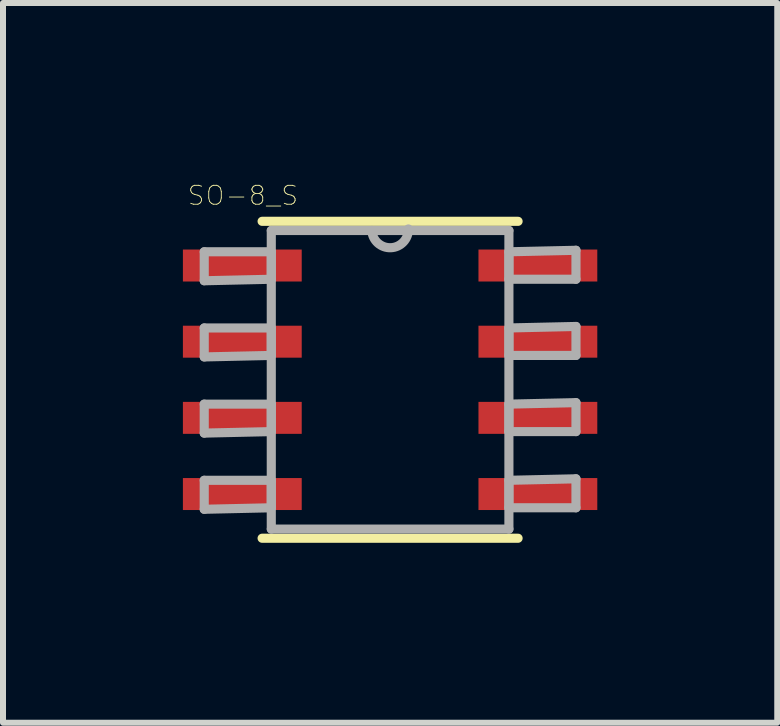
<source format=kicad_pcb>
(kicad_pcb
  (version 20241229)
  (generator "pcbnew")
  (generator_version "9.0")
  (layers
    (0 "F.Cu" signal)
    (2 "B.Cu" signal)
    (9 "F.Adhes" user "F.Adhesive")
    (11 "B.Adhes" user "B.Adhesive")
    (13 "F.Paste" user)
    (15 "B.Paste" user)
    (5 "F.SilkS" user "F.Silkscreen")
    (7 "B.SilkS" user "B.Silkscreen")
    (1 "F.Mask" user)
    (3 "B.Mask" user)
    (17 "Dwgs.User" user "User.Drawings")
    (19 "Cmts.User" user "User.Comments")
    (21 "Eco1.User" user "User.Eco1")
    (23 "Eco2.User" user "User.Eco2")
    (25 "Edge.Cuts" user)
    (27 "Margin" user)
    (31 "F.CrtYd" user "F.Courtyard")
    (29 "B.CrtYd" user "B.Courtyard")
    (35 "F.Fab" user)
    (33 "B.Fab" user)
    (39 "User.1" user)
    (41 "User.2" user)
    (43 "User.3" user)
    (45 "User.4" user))
  (footprint "SO-8_S"
    (layer "F.Cu")
    (at 3.454 3.282)
    (property "Reference" "SO-8_S" (at -2.454 -3.072 0) (layer "F.SilkS") (effects (font (size 0.315 0.315) (thickness 0.015))))
    (attr through_hole)
    (fp_line (start -2.134 2.642) (end 2.134 2.642) (stroke (width 0.152) (type solid)) (layer "F.SilkS"))
    (fp_line (start 2.134 -2.642) (end -2.134 -2.642) (stroke (width 0.152) (type solid)) (layer "F.SilkS"))
    (fp_line (start -3.099 -2.134) (end -3.099 -1.651) (stroke (width 0.152) (type solid)) (layer "F.Fab"))
    (fp_line (start -3.099 -1.651) (end -1.981 -1.676) (stroke (width 0.152) (type solid)) (layer "F.Fab"))
    (fp_line (start -3.099 -0.864) (end -3.099 -0.381) (stroke (width 0.152) (type solid)) (layer "F.Fab"))
    (fp_line (start -3.099 -0.381) (end -1.981 -0.406) (stroke (width 0.152) (type solid)) (layer "F.Fab"))
    (fp_line (start -3.099 0.406) (end -3.099 0.889) (stroke (width 0.152) (type solid)) (layer "F.Fab"))
    (fp_line (start -3.099 0.889) (end -1.981 0.864) (stroke (width 0.152) (type solid)) (layer "F.Fab"))
    (fp_line (start -3.099 1.676) (end -3.099 2.159) (stroke (width 0.152) (type solid)) (layer "F.Fab"))
    (fp_line (start -3.099 2.159) (end -1.981 2.134) (stroke (width 0.152) (type solid)) (layer "F.Fab"))
    (fp_line (start -1.981 -2.489) (end -1.981 2.489) (stroke (width 0.152) (type solid)) (layer "F.Fab"))
    (fp_line (start -1.981 -2.134) (end -3.099 -2.134) (stroke (width 0.152) (type solid)) (layer "F.Fab"))
    (fp_line (start -1.981 -1.676) (end -1.981 -2.134) (stroke (width 0.152) (type solid)) (layer "F.Fab"))
    (fp_line (start -1.981 -0.864) (end -3.099 -0.864) (stroke (width 0.152) (type solid)) (layer "F.Fab"))
    (fp_line (start -1.981 -0.406) (end -1.981 -0.864) (stroke (width 0.152) (type solid)) (layer "F.Fab"))
    (fp_line (start -1.981 0.406) (end -3.099 0.406) (stroke (width 0.152) (type solid)) (layer "F.Fab"))
    (fp_line (start -1.981 0.864) (end -1.981 0.406) (stroke (width 0.152) (type solid)) (layer "F.Fab"))
    (fp_line (start -1.981 1.676) (end -3.099 1.676) (stroke (width 0.152) (type solid)) (layer "F.Fab"))
    (fp_line (start -1.981 2.134) (end -1.981 1.676) (stroke (width 0.152) (type solid)) (layer "F.Fab"))
    (fp_line (start -1.981 2.489) (end 1.981 2.489) (stroke (width 0.152) (type solid)) (layer "F.Fab"))
    (fp_line (start -0.305 -2.489) (end -1.981 -2.489) (stroke (width 0.152) (type solid)) (layer "F.Fab"))
    (fp_line (start 1.981 -2.489) (end -0.305 -2.489) (stroke (width 0.152) (type solid)) (layer "F.Fab"))
    (fp_line (start 1.981 -2.134) (end 1.981 -1.676) (stroke (width 0.152) (type solid)) (layer "F.Fab"))
    (fp_line (start 1.981 -1.676) (end 3.099 -1.676) (stroke (width 0.152) (type solid)) (layer "F.Fab"))
    (fp_line (start 1.981 -0.864) (end 1.981 -0.406) (stroke (width 0.152) (type solid)) (layer "F.Fab"))
    (fp_line (start 1.981 -0.406) (end 3.099 -0.406) (stroke (width 0.152) (type solid)) (layer "F.Fab"))
    (fp_line (start 1.981 0.406) (end 1.981 0.864) (stroke (width 0.152) (type solid)) (layer "F.Fab"))
    (fp_line (start 1.981 0.864) (end 3.099 0.864) (stroke (width 0.152) (type solid)) (layer "F.Fab"))
    (fp_line (start 1.981 1.676) (end 1.981 2.134) (stroke (width 0.152) (type solid)) (layer "F.Fab"))
    (fp_line (start 1.981 2.134) (end 3.099 2.134) (stroke (width 0.152) (type solid)) (layer "F.Fab"))
    (fp_line (start 1.981 2.489) (end 1.981 -2.489) (stroke (width 0.152) (type solid)) (layer "F.Fab"))
    (fp_line (start 3.099 -2.159) (end 1.981 -2.134) (stroke (width 0.152) (type solid)) (layer "F.Fab"))
    (fp_line (start 3.099 -1.676) (end 3.099 -2.159) (stroke (width 0.152) (type solid)) (layer "F.Fab"))
    (fp_line (start 3.099 -0.889) (end 1.981 -0.864) (stroke (width 0.152) (type solid)) (layer "F.Fab"))
    (fp_line (start 3.099 -0.406) (end 3.099 -0.889) (stroke (width 0.152) (type solid)) (layer "F.Fab"))
    (fp_line (start 3.099 0.381) (end 1.981 0.406) (stroke (width 0.152) (type solid)) (layer "F.Fab"))
    (fp_line (start 3.099 0.864) (end 3.099 0.381) (stroke (width 0.152) (type solid)) (layer "F.Fab"))
    (fp_line (start 3.099 1.651) (end 1.981 1.676) (stroke (width 0.152) (type solid)) (layer "F.Fab"))
    (fp_line (start 3.099 2.134) (end 3.099 1.651) (stroke (width 0.152) (type solid)) (layer "F.Fab"))
    (fp_arc (start 0.3048 -2.5146) (mid 0.0127 -2.1971) (end -0.3048 -2.4892) (stroke (width 0.1524) (type solid)) (layer "F.Fab"))
    (pad "1" smd rect (at -2.464 -1.905) (size 1.981 0.533) (layers "F.Cu" "F.Mask" "F.Paste"))
    (pad "2" smd rect (at -2.464 -0.635) (size 1.981 0.533) (layers "F.Cu" "F.Mask" "F.Paste"))
    (pad "3" smd rect (at -2.464 0.635) (size 1.981 0.533) (layers "F.Cu" "F.Mask" "F.Paste"))
    (pad "4" smd rect (at -2.464 1.905) (size 1.981 0.533) (layers "F.Cu" "F.Mask" "F.Paste"))
    (pad "5" smd rect (at 2.464 1.905) (size 1.981 0.533) (layers "F.Cu" "F.Mask" "F.Paste"))
    (pad "6" smd rect (at 2.464 0.635) (size 1.981 0.533) (layers "F.Cu" "F.Mask" "F.Paste"))
    (pad "7" smd rect (at 2.464 -0.635) (size 1.981 0.533) (layers "F.Cu" "F.Mask" "F.Paste"))
    (pad "8" smd rect (at 2.464 -1.905) (size 1.981 0.533) (layers "F.Cu" "F.Mask" "F.Paste")))
  (gr_rect
    (start -3 -3)
    (end 9.909 9)
    (stroke (width 0.1) (type default))
    (fill no)
    (layer "Edge.Cuts")))
</source>
